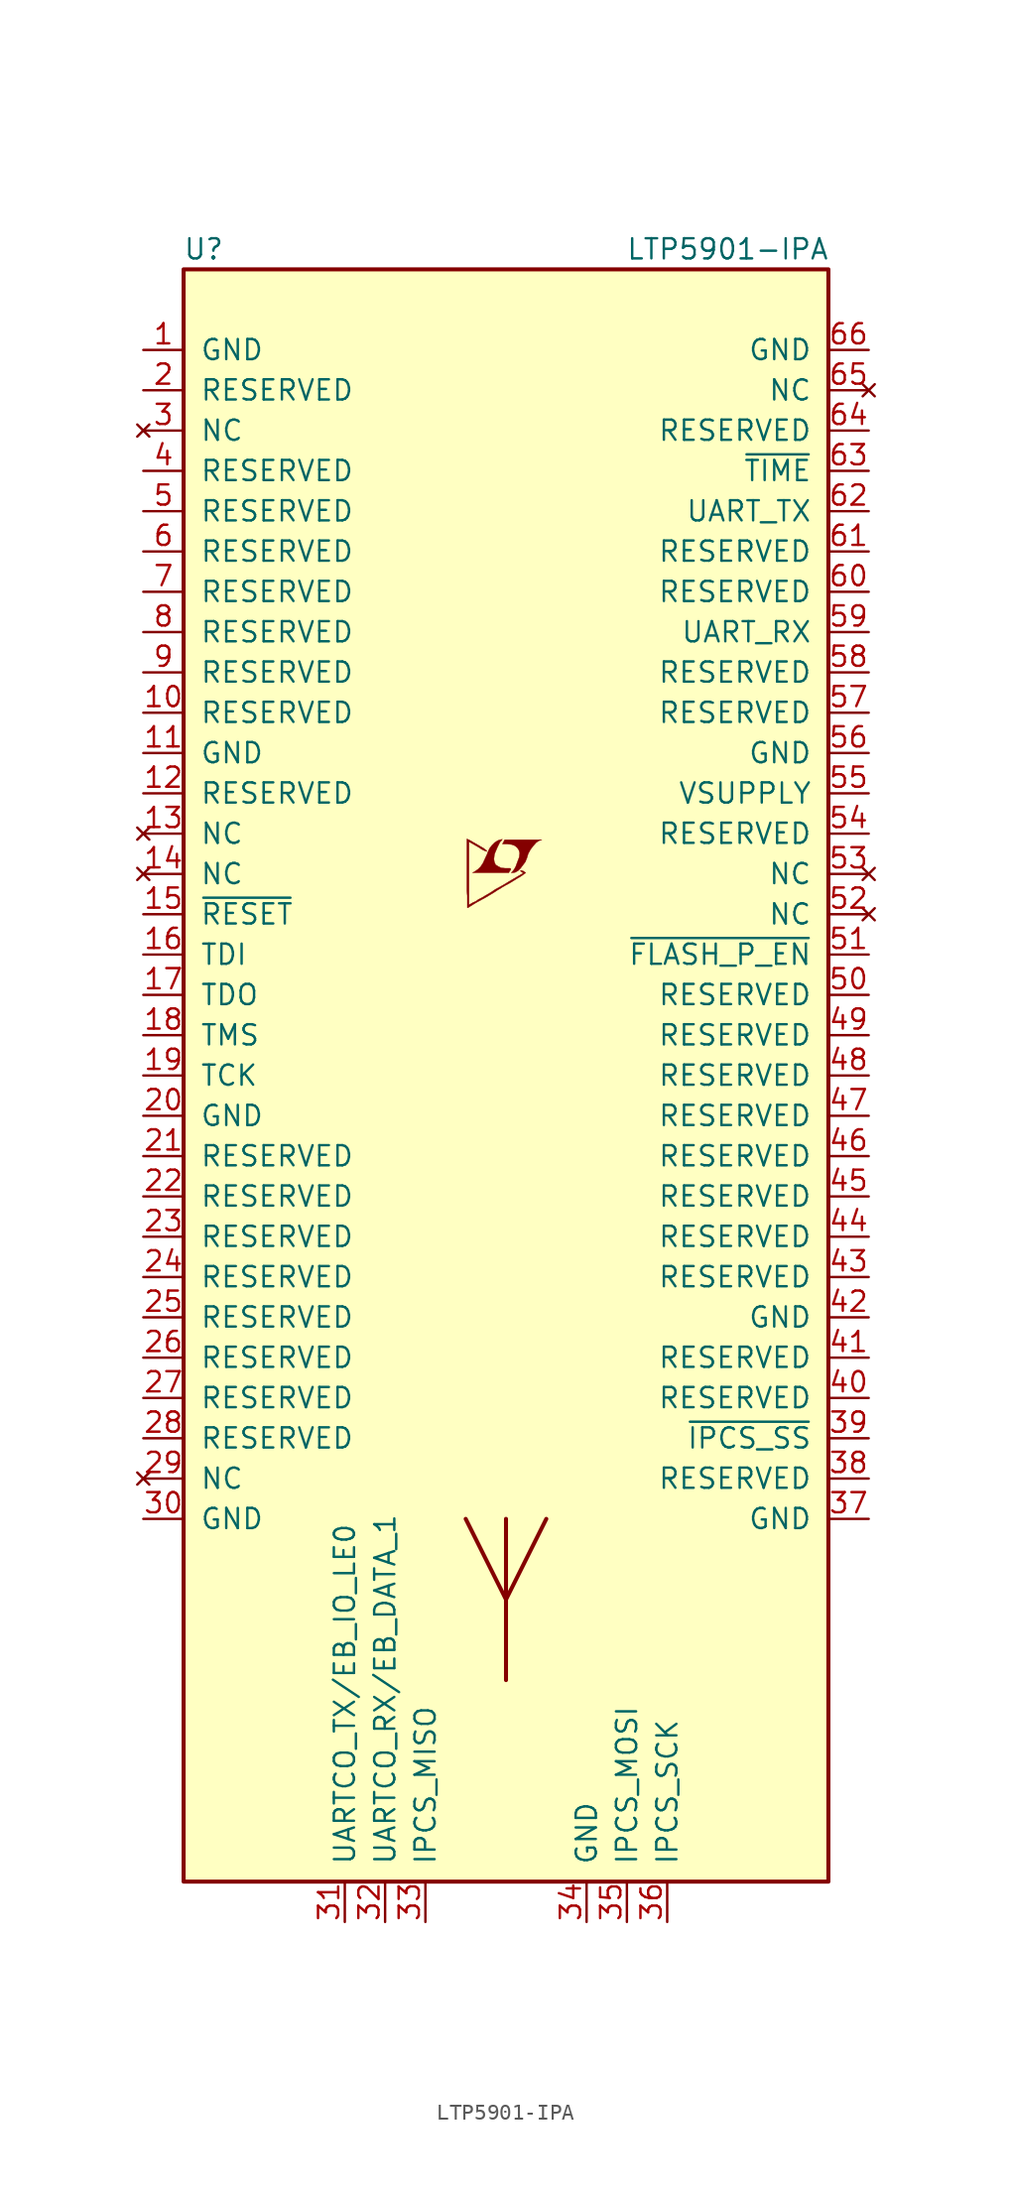
<source format=kicad_sym>
(kicad_symbol_lib
  (version 20201005)
  (generator kicad_symbol_editor)
  (symbol "LTP5901-IPA"
    (pin_names
      (offset 1.016))
    (property "Reference" "U"
      (at -19.05 52.07 0)
      (effects (font (size 1.27 1.27))))
    (property "Value" "LTP5901-IPA"
      (at 13.97 52.07 0)
      (effects (font (size 1.27 1.27))))
    (symbol "LTP5901-IPA_0_0"
      (polyline (pts (xy 0.584 12.802) (xy 0.762 12.903) (xy 0.914 13.056) (xy 1.219 13.462) (xy 1.321 13.716) (xy 1.397 13.97) (xy 1.549 14.249) (xy 1.727 14.478) (xy 1.905 14.681) (xy 2.108 14.808) (xy 2.261 14.859) (xy -0.076 14.859) (xy -0.152 14.732) (xy -0.152 14.707) (xy -0.203 14.63) (xy -0.229 14.605) (xy -0.178 14.58) (xy 0.102 14.58) (xy 0.356 14.554) (xy 0.559 14.478) (xy 0.711 14.351) (xy 0.813 14.199) (xy 0.864 14.021) (xy 0.838 13.792) (xy 0.838 13.767) (xy 0.61 13.157) (xy 0.508 12.979) (xy 0.406 12.852) (xy 0.33 12.776) (xy 0.432 12.776) (xy 0.584 12.802)) (stroke (width 0.025)) (fill (type outline)))
      (polyline (pts (xy 0.229 12.878) (xy 0.254 12.903) (xy 0.305 12.979) (xy 0.305 13.03) (xy 0.254 13.056) (xy -0.051 13.056) (xy -0.305 13.081) (xy -0.508 13.183) (xy -0.66 13.284) (xy -0.737 13.462) (xy -0.762 13.64) (xy -0.737 13.868) (xy -0.737 13.894) (xy -0.686 14.046) (xy -0.533 14.402) (xy -0.381 14.707) (xy -0.305 14.783) (xy -0.229 14.884) (xy -0.356 14.859) (xy -0.508 14.808) (xy -0.711 14.681) (xy -0.889 14.503) (xy -1.041 14.3) (xy -1.168 14.021) (xy -1.168 13.995) (xy -1.321 13.665) (xy -1.448 13.386) (xy -1.6 13.157) (xy -1.753 13.005) (xy -1.93 12.878) (xy -2.108 12.776) (xy 0.178 12.776) (xy 0.229 12.878)) (stroke (width 0.025)) (fill (type outline)))
      (polyline (pts (xy -2.362 10.592) (xy -2.286 10.643) (xy -2.159 10.719) (xy -2.083 10.77) (xy -1.829 10.922) (xy -1.27 11.227) (xy -0.762 11.532) (xy -0.533 11.684) (xy -0.356 11.786) (xy -0.203 11.887) (xy -0.102 11.938) (xy -0.025 11.989) (xy 0.127 12.065) (xy 0.305 12.167) (xy 0.711 12.421) (xy 0.889 12.522) (xy 1.041 12.624) (xy 1.143 12.7) (xy 1.219 12.751) (xy 1.245 12.776) (xy 1.092 12.878) (xy 0.94 12.929) (xy 0.914 12.903) (xy 0.914 12.878) (xy 0.991 12.827) (xy 1.092 12.751) (xy 0.178 12.217) (xy -0.025 12.09) (xy -0.33 11.913) (xy -0.66 11.735) (xy -0.965 11.532) (xy -1.27 11.354) (xy -1.524 11.201) (xy -1.727 11.1) (xy -1.905 10.973) (xy -2.083 10.897) (xy -2.21 10.82) (xy -2.311 10.77) (xy -2.337 10.744) (xy -2.337 14.732) (xy -1.803 14.427) (xy -1.676 14.351) (xy -1.524 14.249) (xy -1.372 14.173) (xy -1.295 14.148) (xy -1.245 14.122) (xy -1.219 14.122) (xy -1.219 14.173) (xy -1.295 14.224) (xy -1.422 14.326) (xy -1.6 14.427) (xy -1.727 14.503) (xy -2.083 14.707) (xy -2.21 14.783) (xy -2.464 14.91) (xy -2.464 11.633) (xy -2.438 11.328) (xy -2.438 10.566) (xy -2.413 10.566) (xy -2.362 10.592)) (stroke (width 0.025)) (fill (type outline))))
    (symbol "LTP5901-IPA_0_1"
      (rectangle (start -20.32 -50.8) (end 20.32 50.8) (stroke (width 0.254)) (fill (type background)))
      (polyline (pts (xy 0 -38.1) (xy 0 -27.94)) (stroke (width 0.254)) (fill (type none)))
      (polyline (pts (xy 0 -33.02) (xy -2.54 -27.94)) (stroke (width 0.254)) (fill (type none)))
      (polyline (pts (xy 0 -33.02) (xy 2.54 -27.94)) (stroke (width 0.254)) (fill (type none))))
    (symbol "LTP5901-IPA_1_1"
      (pin power_in line (at -22.86 45.72 0) (length 2.54) (name "GND" (effects (font (size 1.27 1.27)))) (number "1" (effects (font (size 1.27 1.27)))))
      (pin passive line (at -22.86 22.86 0) (length 2.54) (name "RESERVED" (effects (font (size 1.27 1.27)))) (number "10" (effects (font (size 1.27 1.27)))))
      (pin power_in line (at -22.86 20.32 0) (length 2.54) (name "GND" (effects (font (size 1.27 1.27)))) (number "11" (effects (font (size 1.27 1.27)))))
      (pin passive line (at -22.86 17.78 0) (length 2.54) (name "RESERVED" (effects (font (size 1.27 1.27)))) (number "12" (effects (font (size 1.27 1.27)))))
      (pin unconnected line (at -22.86 15.24 0) (length 2.54) (name "NC" (effects (font (size 1.27 1.27)))) (number "13" (effects (font (size 1.27 1.27)))))
      (pin unconnected line (at -22.86 12.7 0) (length 2.54) (name "NC" (effects (font (size 1.27 1.27)))) (number "14" (effects (font (size 1.27 1.27)))))
      (pin input line (at -22.86 10.16 0) (length 2.54) (name "~RESET~" (effects (font (size 1.27 1.27)))) (number "15" (effects (font (size 1.27 1.27)))))
      (pin input line (at -22.86 7.62 0) (length 2.54) (name "TDI" (effects (font (size 1.27 1.27)))) (number "16" (effects (font (size 1.27 1.27)))))
      (pin output line (at -22.86 5.08 0) (length 2.54) (name "TDO" (effects (font (size 1.27 1.27)))) (number "17" (effects (font (size 1.27 1.27)))))
      (pin input line (at -22.86 2.54 0) (length 2.54) (name "TMS" (effects (font (size 1.27 1.27)))) (number "18" (effects (font (size 1.27 1.27)))))
      (pin input line (at -22.86 0 0) (length 2.54) (name "TCK" (effects (font (size 1.27 1.27)))) (number "19" (effects (font (size 1.27 1.27)))))
      (pin passive line (at -22.86 43.18 0) (length 2.54) (name "RESERVED" (effects (font (size 1.27 1.27)))) (number "2" (effects (font (size 1.27 1.27)))))
      (pin power_in line (at -22.86 -2.54 0) (length 2.54) (name "GND" (effects (font (size 1.27 1.27)))) (number "20" (effects (font (size 1.27 1.27)))))
      (pin passive line (at -22.86 -5.08 0) (length 2.54) (name "RESERVED" (effects (font (size 1.27 1.27)))) (number "21" (effects (font (size 1.27 1.27)))))
      (pin passive line (at -22.86 -7.62 0) (length 2.54) (name "RESERVED" (effects (font (size 1.27 1.27)))) (number "22" (effects (font (size 1.27 1.27)))))
      (pin passive line (at -22.86 -10.16 0) (length 2.54) (name "RESERVED" (effects (font (size 1.27 1.27)))) (number "23" (effects (font (size 1.27 1.27)))))
      (pin passive line (at -22.86 -12.7 0) (length 2.54) (name "RESERVED" (effects (font (size 1.27 1.27)))) (number "24" (effects (font (size 1.27 1.27)))))
      (pin passive line (at -22.86 -15.24 0) (length 2.54) (name "RESERVED" (effects (font (size 1.27 1.27)))) (number "25" (effects (font (size 1.27 1.27)))))
      (pin passive line (at -22.86 -17.78 0) (length 2.54) (name "RESERVED" (effects (font (size 1.27 1.27)))) (number "26" (effects (font (size 1.27 1.27)))))
      (pin passive line (at -22.86 -20.32 0) (length 2.54) (name "RESERVED" (effects (font (size 1.27 1.27)))) (number "27" (effects (font (size 1.27 1.27)))))
      (pin passive line (at -22.86 -22.86 0) (length 2.54) (name "RESERVED" (effects (font (size 1.27 1.27)))) (number "28" (effects (font (size 1.27 1.27)))))
      (pin unconnected line (at -22.86 -25.4 0) (length 2.54) (name "NC" (effects (font (size 1.27 1.27)))) (number "29" (effects (font (size 1.27 1.27)))))
      (pin unconnected line (at -22.86 40.64 0) (length 2.54) (name "NC" (effects (font (size 1.27 1.27)))) (number "3" (effects (font (size 1.27 1.27)))))
      (pin power_in line (at -22.86 -27.94 0) (length 2.54) (name "GND" (effects (font (size 1.27 1.27)))) (number "30" (effects (font (size 1.27 1.27)))))
      (pin output line (at -10.16 -53.34 90) (length 2.54) (name "UARTCO_TX/EB_IO_LE0" (effects (font (size 1.27 1.27)))) (number "31" (effects (font (size 1.27 1.27)))))
      (pin bidirectional line (at -7.62 -53.34 90) (length 2.54) (name "UARTCO_RX/EB_DATA_1" (effects (font (size 1.27 1.27)))) (number "32" (effects (font (size 1.27 1.27)))))
      (pin output line (at -5.08 -53.34 90) (length 2.54) (name "IPCS_MISO" (effects (font (size 1.27 1.27)))) (number "33" (effects (font (size 1.27 1.27)))))
      (pin power_in line (at 5.08 -53.34 90) (length 2.54) (name "GND" (effects (font (size 1.27 1.27)))) (number "34" (effects (font (size 1.27 1.27)))))
      (pin input line (at 7.62 -53.34 90) (length 2.54) (name "IPCS_MOSI" (effects (font (size 1.27 1.27)))) (number "35" (effects (font (size 1.27 1.27)))))
      (pin input line (at 10.16 -53.34 90) (length 2.54) (name "IPCS_SCK" (effects (font (size 1.27 1.27)))) (number "36" (effects (font (size 1.27 1.27)))))
      (pin power_in line (at 22.86 -27.94 180) (length 2.54) (name "GND" (effects (font (size 1.27 1.27)))) (number "37" (effects (font (size 1.27 1.27)))))
      (pin passive line (at 22.86 -25.4 180) (length 2.54) (name "RESERVED" (effects (font (size 1.27 1.27)))) (number "38" (effects (font (size 1.27 1.27)))))
      (pin input line (at 22.86 -22.86 180) (length 2.54) (name "~IPCS_SS~" (effects (font (size 1.27 1.27)))) (number "39" (effects (font (size 1.27 1.27)))))
      (pin passive line (at -22.86 38.1 0) (length 2.54) (name "RESERVED" (effects (font (size 1.27 1.27)))) (number "4" (effects (font (size 1.27 1.27)))))
      (pin passive line (at 22.86 -20.32 180) (length 2.54) (name "RESERVED" (effects (font (size 1.27 1.27)))) (number "40" (effects (font (size 1.27 1.27)))))
      (pin passive line (at 22.86 -17.78 180) (length 2.54) (name "RESERVED" (effects (font (size 1.27 1.27)))) (number "41" (effects (font (size 1.27 1.27)))))
      (pin power_in line (at 22.86 -15.24 180) (length 2.54) (name "GND" (effects (font (size 1.27 1.27)))) (number "42" (effects (font (size 1.27 1.27)))))
      (pin passive line (at 22.86 -12.7 180) (length 2.54) (name "RESERVED" (effects (font (size 1.27 1.27)))) (number "43" (effects (font (size 1.27 1.27)))))
      (pin passive line (at 22.86 -10.16 180) (length 2.54) (name "RESERVED" (effects (font (size 1.27 1.27)))) (number "44" (effects (font (size 1.27 1.27)))))
      (pin passive line (at 22.86 -7.62 180) (length 2.54) (name "RESERVED" (effects (font (size 1.27 1.27)))) (number "45" (effects (font (size 1.27 1.27)))))
      (pin passive line (at 22.86 -5.08 180) (length 2.54) (name "RESERVED" (effects (font (size 1.27 1.27)))) (number "46" (effects (font (size 1.27 1.27)))))
      (pin passive line (at 22.86 -2.54 180) (length 2.54) (name "RESERVED" (effects (font (size 1.27 1.27)))) (number "47" (effects (font (size 1.27 1.27)))))
      (pin passive line (at 22.86 0 180) (length 2.54) (name "RESERVED" (effects (font (size 1.27 1.27)))) (number "48" (effects (font (size 1.27 1.27)))))
      (pin passive line (at 22.86 2.54 180) (length 2.54) (name "RESERVED" (effects (font (size 1.27 1.27)))) (number "49" (effects (font (size 1.27 1.27)))))
      (pin passive line (at -22.86 35.56 0) (length 2.54) (name "RESERVED" (effects (font (size 1.27 1.27)))) (number "5" (effects (font (size 1.27 1.27)))))
      (pin passive line (at 22.86 5.08 180) (length 2.54) (name "RESERVED" (effects (font (size 1.27 1.27)))) (number "50" (effects (font (size 1.27 1.27)))))
      (pin input line (at 22.86 7.62 180) (length 2.54) (name "~FLASH_P_EN~" (effects (font (size 1.27 1.27)))) (number "51" (effects (font (size 1.27 1.27)))))
      (pin unconnected line (at 22.86 10.16 180) (length 2.54) (name "NC" (effects (font (size 1.27 1.27)))) (number "52" (effects (font (size 1.27 1.27)))))
      (pin unconnected line (at 22.86 12.7 180) (length 2.54) (name "NC" (effects (font (size 1.27 1.27)))) (number "53" (effects (font (size 1.27 1.27)))))
      (pin passive line (at 22.86 15.24 180) (length 2.54) (name "RESERVED" (effects (font (size 1.27 1.27)))) (number "54" (effects (font (size 1.27 1.27)))))
      (pin power_in line (at 22.86 17.78 180) (length 2.54) (name "VSUPPLY" (effects (font (size 1.27 1.27)))) (number "55" (effects (font (size 1.27 1.27)))))
      (pin power_in line (at 22.86 20.32 180) (length 2.54) (name "GND" (effects (font (size 1.27 1.27)))) (number "56" (effects (font (size 1.27 1.27)))))
      (pin passive line (at 22.86 22.86 180) (length 2.54) (name "RESERVED" (effects (font (size 1.27 1.27)))) (number "57" (effects (font (size 1.27 1.27)))))
      (pin passive line (at 22.86 25.4 180) (length 2.54) (name "RESERVED" (effects (font (size 1.27 1.27)))) (number "58" (effects (font (size 1.27 1.27)))))
      (pin input line (at 22.86 27.94 180) (length 2.54) (name "UART_RX" (effects (font (size 1.27 1.27)))) (number "59" (effects (font (size 1.27 1.27)))))
      (pin passive line (at -22.86 33.02 0) (length 2.54) (name "RESERVED" (effects (font (size 1.27 1.27)))) (number "6" (effects (font (size 1.27 1.27)))))
      (pin passive line (at 22.86 30.48 180) (length 2.54) (name "RESERVED" (effects (font (size 1.27 1.27)))) (number "60" (effects (font (size 1.27 1.27)))))
      (pin passive line (at 22.86 33.02 180) (length 2.54) (name "RESERVED" (effects (font (size 1.27 1.27)))) (number "61" (effects (font (size 1.27 1.27)))))
      (pin output line (at 22.86 35.56 180) (length 2.54) (name "UART_TX" (effects (font (size 1.27 1.27)))) (number "62" (effects (font (size 1.27 1.27)))))
      (pin input line (at 22.86 38.1 180) (length 2.54) (name "~TIME~" (effects (font (size 1.27 1.27)))) (number "63" (effects (font (size 1.27 1.27)))))
      (pin passive line (at 22.86 40.64 180) (length 2.54) (name "RESERVED" (effects (font (size 1.27 1.27)))) (number "64" (effects (font (size 1.27 1.27)))))
      (pin unconnected line (at 22.86 43.18 180) (length 2.54) (name "NC" (effects (font (size 1.27 1.27)))) (number "65" (effects (font (size 1.27 1.27)))))
      (pin power_in line (at 22.86 45.72 180) (length 2.54) (name "GND" (effects (font (size 1.27 1.27)))) (number "66" (effects (font (size 1.27 1.27)))))
      (pin passive line (at -22.86 30.48 0) (length 2.54) (name "RESERVED" (effects (font (size 1.27 1.27)))) (number "7" (effects (font (size 1.27 1.27)))))
      (pin passive line (at -22.86 27.94 0) (length 2.54) (name "RESERVED" (effects (font (size 1.27 1.27)))) (number "8" (effects (font (size 1.27 1.27)))))
      (pin passive line (at -22.86 25.4 0) (length 2.54) (name "RESERVED" (effects (font (size 1.27 1.27)))) (number "9" (effects (font (size 1.27 1.27))))))))
</source>
